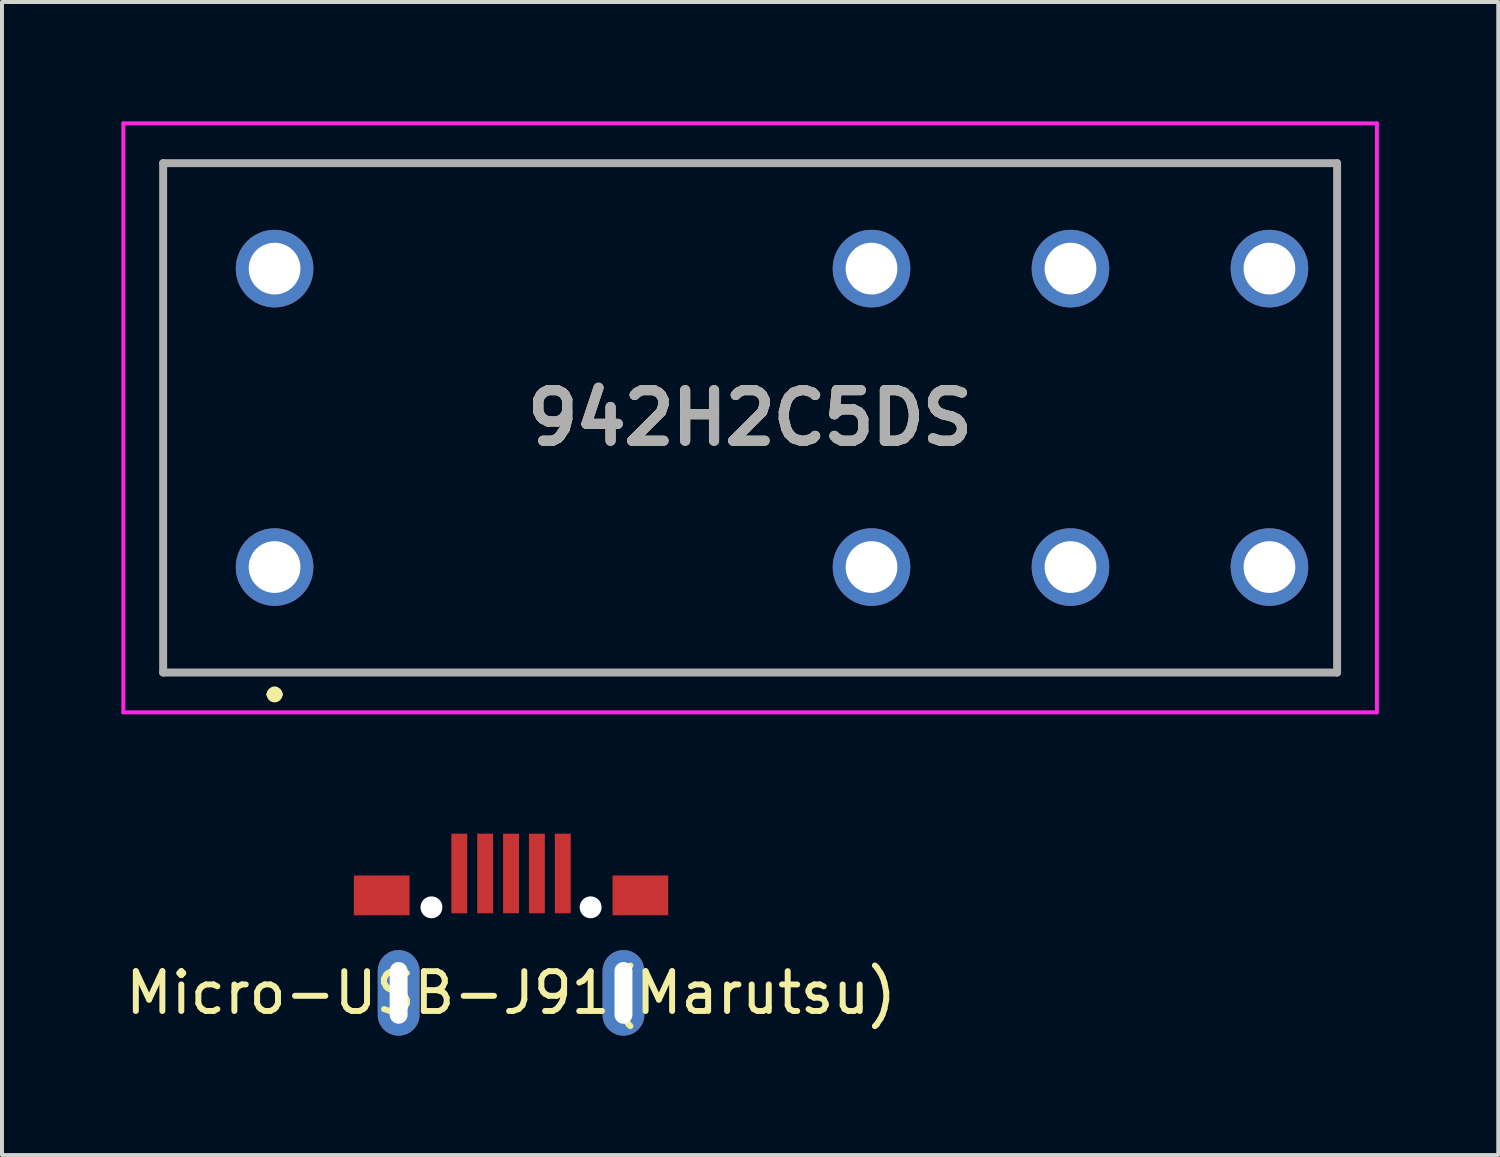
<source format=kicad_pcb>
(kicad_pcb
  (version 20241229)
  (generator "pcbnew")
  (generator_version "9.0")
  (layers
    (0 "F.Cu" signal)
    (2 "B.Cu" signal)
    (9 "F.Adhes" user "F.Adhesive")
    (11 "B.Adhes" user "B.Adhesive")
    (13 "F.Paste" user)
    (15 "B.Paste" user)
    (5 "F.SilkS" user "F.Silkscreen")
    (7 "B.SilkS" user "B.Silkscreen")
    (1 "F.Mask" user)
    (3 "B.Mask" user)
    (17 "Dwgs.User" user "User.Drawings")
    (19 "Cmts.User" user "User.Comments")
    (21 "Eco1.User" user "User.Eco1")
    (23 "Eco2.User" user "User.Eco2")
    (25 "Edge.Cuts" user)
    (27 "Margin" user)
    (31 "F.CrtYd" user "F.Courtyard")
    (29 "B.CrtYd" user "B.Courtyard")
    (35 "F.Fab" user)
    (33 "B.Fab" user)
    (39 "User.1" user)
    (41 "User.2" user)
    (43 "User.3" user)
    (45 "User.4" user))
  (footprint "942H2C5DS"
    (layer "F.Cu")
    (at 3.85 11.2)
    (property "Reference" "942H2C5DS" (at 11.95 -3.75 0) (layer "F.SilkS") (effects (font (size 1.27 1.27) (thickness 0.254))))
    (attr through_hole)
    (fp_line (start -2.8 -10.15) (end 26.7 -10.15) (stroke (width 0.1) (type solid)) (layer "F.SilkS"))
    (fp_line (start -2.8 2.65) (end -2.8 -10.15) (stroke (width 0.1) (type solid)) (layer "F.SilkS"))
    (fp_line (start -0.1 3.2) (end -0.1 3.2) (stroke (width 0.2) (type solid)) (layer "F.SilkS"))
    (fp_line (start 0.1 3.2) (end 0.1 3.2) (stroke (width 0.2) (type solid)) (layer "F.SilkS"))
    (fp_line (start 26.7 -10.15) (end 26.7 2.65) (stroke (width 0.1) (type solid)) (layer "F.SilkS"))
    (fp_line (start 26.7 2.65) (end -2.8 2.65) (stroke (width 0.1) (type solid)) (layer "F.SilkS"))
    (fp_arc (start -0.1 3.2) (mid 0 3.1) (end 0.1 3.2) (stroke (width 0.2) (type solid)) (layer "F.SilkS"))
    (fp_arc (start 0.1 3.2) (mid 0 3.3) (end -0.1 3.2) (stroke (width 0.2) (type solid)) (layer "F.SilkS"))
    (fp_line (start -3.8 -11.15) (end 27.7 -11.15) (stroke (width 0.1) (type solid)) (layer "F.CrtYd"))
    (fp_line (start -3.8 3.65) (end -3.8 -11.15) (stroke (width 0.1) (type solid)) (layer "F.CrtYd"))
    (fp_line (start 27.7 -11.15) (end 27.7 3.65) (stroke (width 0.1) (type solid)) (layer "F.CrtYd"))
    (fp_line (start 27.7 3.65) (end -3.8 3.65) (stroke (width 0.1) (type solid)) (layer "F.CrtYd"))
    (fp_line (start -2.8 -10.15) (end 26.7 -10.15) (stroke (width 0.2) (type solid)) (layer "F.Fab"))
    (fp_line (start -2.8 2.65) (end -2.8 -10.15) (stroke (width 0.2) (type solid)) (layer "F.Fab"))
    (fp_line (start 26.7 -10.15) (end 26.7 2.65) (stroke (width 0.2) (type solid)) (layer "F.Fab"))
    (fp_line (start 26.7 2.65) (end -2.8 2.65) (stroke (width 0.2) (type solid)) (layer "F.Fab"))
    (fp_text user "${REFERENCE}" (at 11.95 -3.75 0) (layer "F.Fab") (effects (font (size 1.27 1.27) (thickness 0.254))))
    (pad "1" thru_hole circle (at 0 0) (size 1.95 1.95) (drill 1.3) (layers "*.Cu" "*.Mask"))
    (pad "2" thru_hole circle (at 15 0) (size 1.95 1.95) (drill 1.3) (layers "*.Cu" "*.Mask"))
    (pad "3" thru_hole circle (at 20 0) (size 1.95 1.95) (drill 1.3) (layers "*.Cu" "*.Mask"))
    (pad "4" thru_hole circle (at 25 0) (size 1.95 1.95) (drill 1.3) (layers "*.Cu" "*.Mask"))
    (pad "5" thru_hole circle (at 25 -7.5) (size 1.95 1.95) (drill 1.3) (layers "*.Cu" "*.Mask"))
    (pad "6" thru_hole circle (at 20 -7.5) (size 1.95 1.95) (drill 1.3) (layers "*.Cu" "*.Mask"))
    (pad "7" thru_hole circle (at 15 -7.5) (size 1.95 1.95) (drill 1.3) (layers "*.Cu" "*.Mask"))
    (pad "8" thru_hole circle (at 0 -7.5) (size 1.95 1.95) (drill 1.3) (layers "*.Cu" "*.Mask")))
  (footprint "Micro-USB-J91(Marutsu)"
    (layer "F.Cu")
    (at 9.792 21.9)
    (property "Reference" "Micro-USB-J91(Marutsu)" (at 0 0 0) (layer "F.SilkS") (effects (font (size 1 1) (thickness 0.15))))
    (attr through_hole)
    (pad "" thru_hole oval (at -2.825 0) (size 1.05 2.15) (drill oval 0.45 1.55) (layers "*.Cu" "*.Mask"))
    (pad "" np_thru_hole circle (at -2 -2.15) (size 0.55 0.55) (drill 0.55) (layers "*.Cu" "*.Mask"))
    (pad "" np_thru_hole circle (at 2 -2.15) (size 0.55 0.55) (drill 0.55) (layers "*.Cu" "*.Mask"))
    (pad "" thru_hole oval (at 2.825 0) (size 1.05 2.15) (drill oval 0.45 1.55) (layers "*.Cu" "*.Mask"))
    (pad "1" smd rect (at -1.3 -3) (size 0.4 2) (layers "F.Cu" "F.Mask" "F.Paste"))
    (pad "2" smd rect (at -0.65 -3) (size 0.4 2) (layers "F.Cu" "F.Mask" "F.Paste"))
    (pad "3" smd rect (at 0 -3) (size 0.4 2) (layers "F.Cu" "F.Mask" "F.Paste"))
    (pad "4" smd rect (at 0.65 -3) (size 0.4 2) (layers "F.Cu" "F.Mask" "F.Paste"))
    (pad "5" smd rect (at 1.3 -3) (size 0.4 2) (layers "F.Cu" "F.Mask" "F.Paste"))
    (pad "6" smd rect (at -3.25 -2.45) (size 1.4 1) (layers "F.Cu" "F.Mask" "F.Paste"))
    (pad "6" smd rect (at 3.25 -2.45) (size 1.4 1) (layers "F.Cu" "F.Mask" "F.Paste")))
  (gr_rect
    (start -3 -3)
    (end 34.6 25.975)
    (stroke (width 0.1) (type default))
    (fill no)
    (layer "Edge.Cuts")))
</source>
